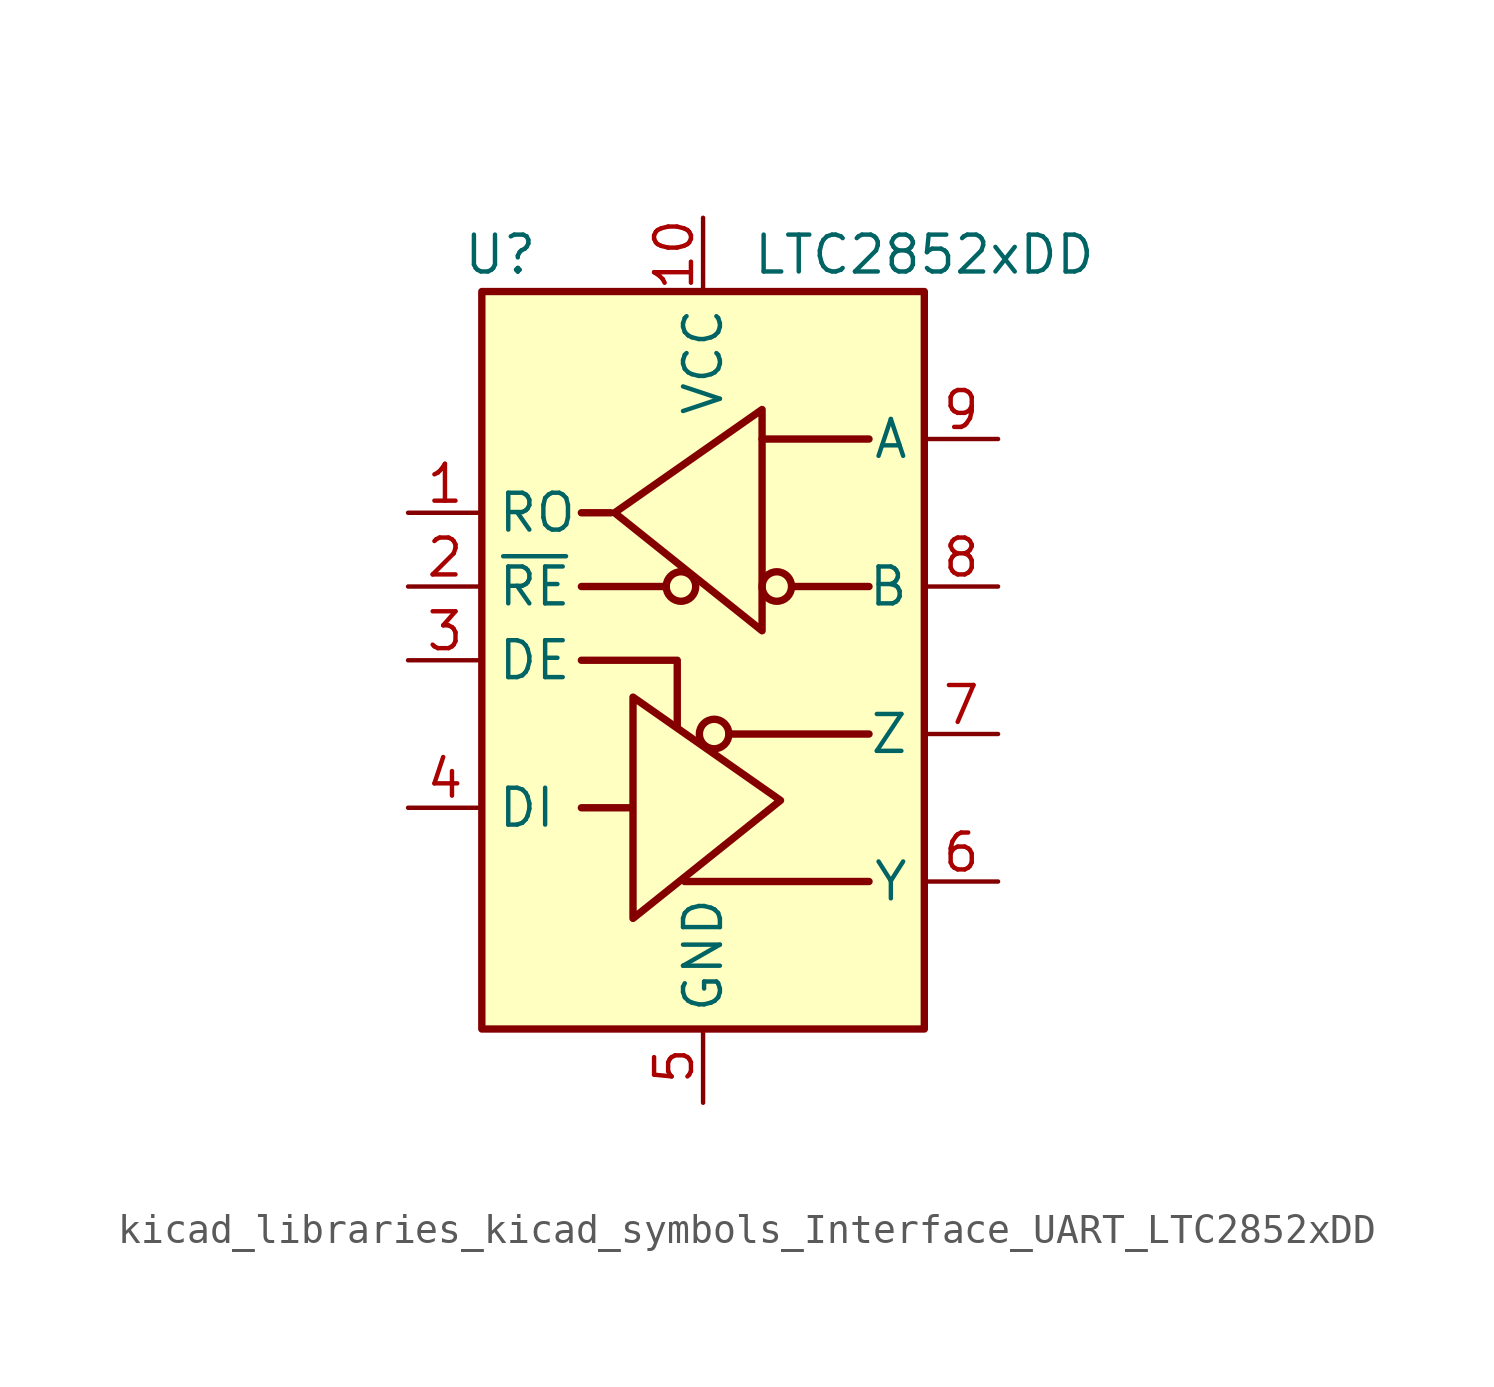
<source format=kicad_sym>
(kicad_symbol_lib
  (version 20220914)
  (generator kicad_symbol_editor)
  (symbol "kicad_libraries_kicad_symbols_Interface_UART_LTC2852xDD"
    (property "Reference" "U"
      (at -6.985 13.97 0)
      (effects (font (size 1.27 1.27))))
    (property "Value" "LTC2852xDD"
      (at 7.62 13.97 0)
      (effects (font (size 1.27 1.27))))
    (symbol "kicad_libraries_kicad_symbols_Interface_UART_LTC2852xDD_0_1"
      (rectangle (start -7.62 12.7) (end 7.62 -12.7) (stroke (width 0.254) (type default)) (fill (type background))))
    (symbol "kicad_libraries_kicad_symbols_Interface_UART_LTC2852xDD_1_1"
      (circle (center -0.762 2.54) (radius 0.508) (stroke (width 0.254) (type default)) (fill (type none)))
      (polyline (pts (xy -4.191 2.54) (xy -1.27 2.54)) (stroke (width 0.254) (type default)) (fill (type none)))
      (polyline (pts (xy -2.54 -5.08) (xy -4.191 -5.08)) (stroke (width 0.254) (type default)) (fill (type none)))
      (polyline (pts (xy -0.635 -7.62) (xy 5.715 -7.62)) (stroke (width 0.254) (type default)) (fill (type none)))
      (polyline (pts (xy 0.889 -2.54) (xy 5.715 -2.54)) (stroke (width 0.254) (type default)) (fill (type none)))
      (polyline (pts (xy 2.032 7.62) (xy 5.715 7.62)) (stroke (width 0.254) (type default)) (fill (type none)))
      (polyline (pts (xy 3.048 2.54) (xy 5.715 2.54)) (stroke (width 0.254) (type default)) (fill (type none)))
      (polyline (pts (xy -4.191 0) (xy -0.889 0) (xy -0.889 -2.286)) (stroke (width 0.254) (type default)) (fill (type none)))
      (polyline (pts (xy -3.175 5.08) (xy -4.191 5.08) (xy -4.064 5.08)) (stroke (width 0.254) (type default)) (fill (type none)))
      (polyline (pts (xy -2.413 -5.08) (xy -2.413 -1.27) (xy 2.667 -4.826) (xy -2.413 -8.89) (xy -2.413 -5.08)) (stroke (width 0.254) (type default)) (fill (type none)))
      (polyline (pts (xy 2.032 4.826) (xy 2.032 8.636) (xy -3.048 5.08) (xy 2.032 1.016) (xy 2.032 4.826)) (stroke (width 0.254) (type default)) (fill (type none)))
      (circle (center 0.381 -2.54) (radius 0.508) (stroke (width 0.254) (type default)) (fill (type none)))
      (circle (center 2.54 2.54) (radius 0.508) (stroke (width 0.254) (type default)) (fill (type none)))
      (pin output line (at -10.16 5.08 0) (length 2.54) (name "RO" (effects (font (size 1.27 1.27)))) (number "1" (effects (font (size 1.27 1.27)))))
      (pin power_in line (at 0 15.24 270) (length 2.54) (name "VCC" (effects (font (size 1.27 1.27)))) (number "10" (effects (font (size 1.27 1.27)))))
      (pin passive line (at 0 -15.24 90) (length 2.54) hide (name "GND" (effects (font (size 1.27 1.27)))) (number "11" (effects (font (size 1.27 1.27)))))
      (pin input line (at -10.16 2.54 0) (length 2.54) (name "~{RE}" (effects (font (size 1.27 1.27)))) (number "2" (effects (font (size 1.27 1.27)))))
      (pin input line (at -10.16 0 0) (length 2.54) (name "DE" (effects (font (size 1.27 1.27)))) (number "3" (effects (font (size 1.27 1.27)))))
      (pin input line (at -10.16 -5.08 0) (length 2.54) (name "DI" (effects (font (size 1.27 1.27)))) (number "4" (effects (font (size 1.27 1.27)))))
      (pin power_in line (at 0 -15.24 90) (length 2.54) (name "GND" (effects (font (size 1.27 1.27)))) (number "5" (effects (font (size 1.27 1.27)))))
      (pin output line (at 10.16 -7.62 180) (length 2.54) (name "Y" (effects (font (size 1.27 1.27)))) (number "6" (effects (font (size 1.27 1.27)))))
      (pin output line (at 10.16 -2.54 180) (length 2.54) (name "Z" (effects (font (size 1.27 1.27)))) (number "7" (effects (font (size 1.27 1.27)))))
      (pin input line (at 10.16 2.54 180) (length 2.54) (name "B" (effects (font (size 1.27 1.27)))) (number "8" (effects (font (size 1.27 1.27)))))
      (pin input line (at 10.16 7.62 180) (length 2.54) (name "A" (effects (font (size 1.27 1.27)))) (number "9" (effects (font (size 1.27 1.27))))))))
</source>
